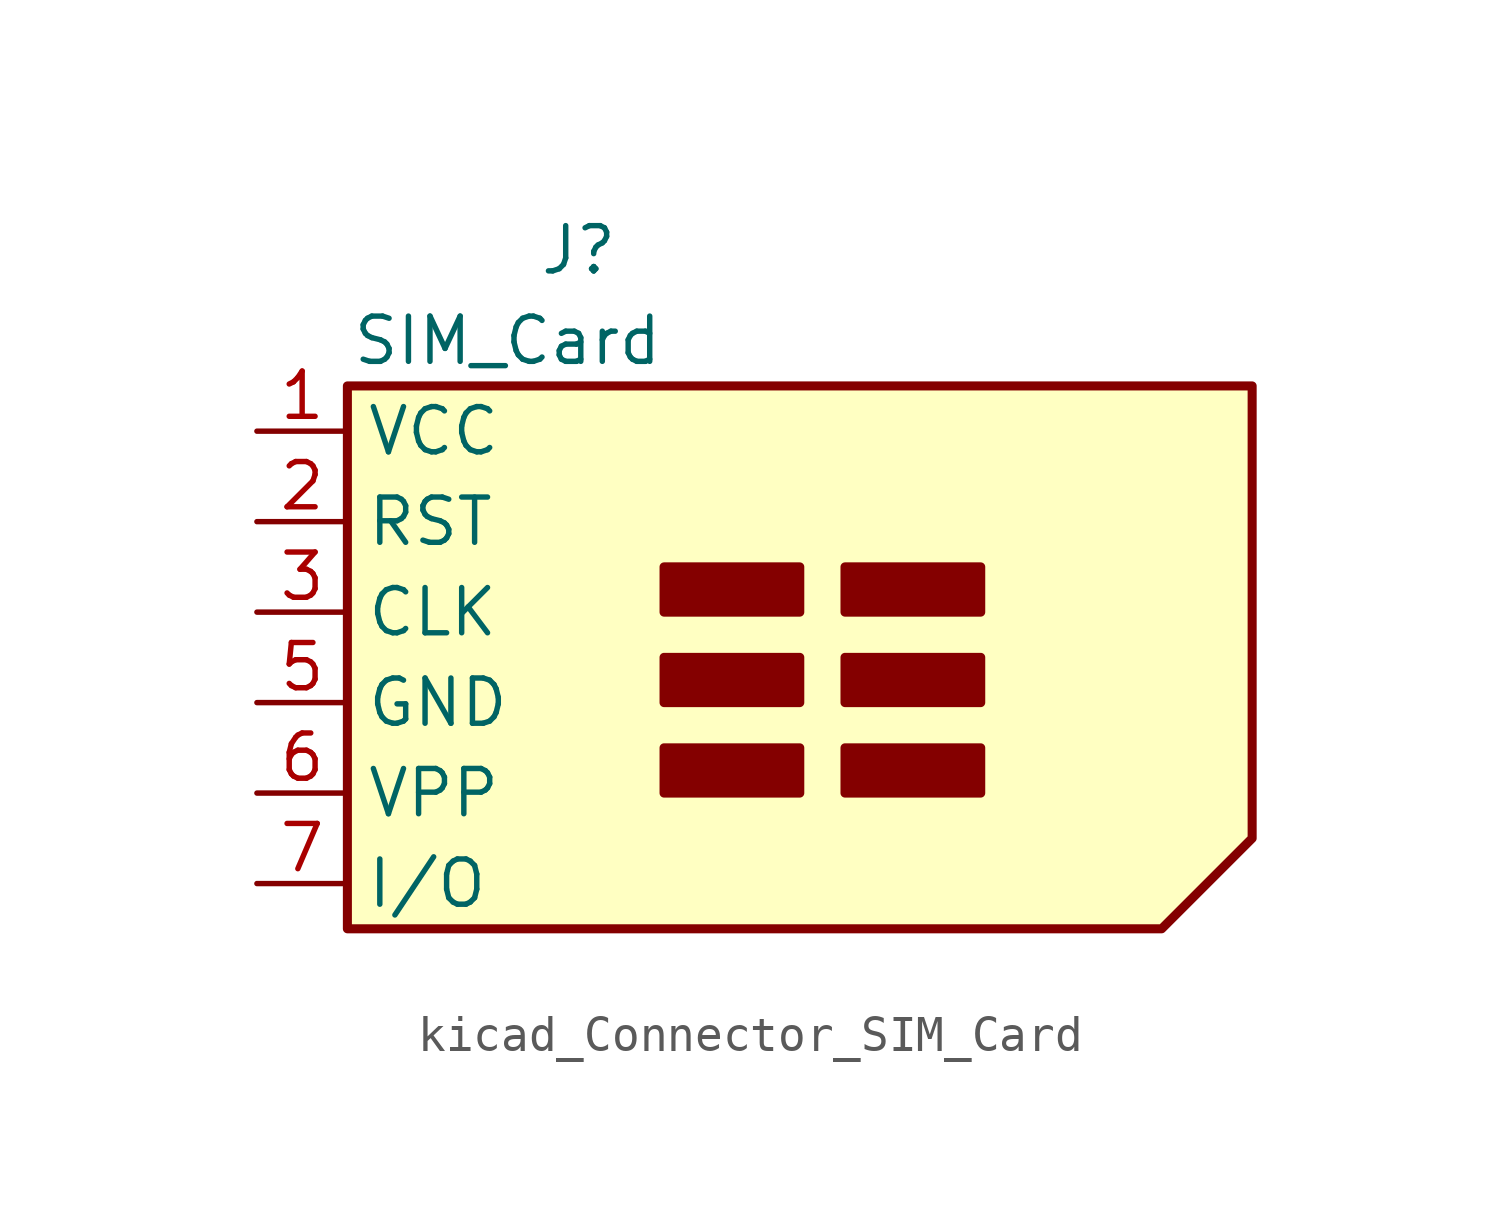
<source format=kicad_sym>
(kicad_symbol_lib
  (version 20220914)
  (generator kicad_symbol_editor)
  (symbol "kicad_Connector_SIM_Card"
    (property "Reference" "J"
      (at -2.54 12.7 0)
      (effects (font (size 1.27 1.27)) (justify right)))
    (property "Value" "SIM_Card"
      (at -1.27 10.16 0)
      (effects (font (size 1.27 1.27)) (justify right)))
    (symbol "kicad_Connector_SIM_Card_0_1"
      (rectangle (start -1.27 -2.54) (end 2.54 -1.27) (stroke (width 0.254) (type default)) (fill (type outline)))
      (rectangle (start -1.27 0) (end 2.54 1.27) (stroke (width 0.254) (type default)) (fill (type outline)))
      (rectangle (start -1.27 2.54) (end 2.54 3.81) (stroke (width 0.254) (type default)) (fill (type outline)))
      (polyline (pts (xy -10.16 8.89) (xy 15.24 8.89) (xy 15.24 -3.81) (xy 12.7 -6.35) (xy -10.16 -6.35) (xy -10.16 8.89)) (stroke (width 0.254) (type default)) (fill (type background)))
      (rectangle (start 3.81 -1.27) (end 7.62 -2.54) (stroke (width 0.254) (type default)) (fill (type outline)))
      (rectangle (start 3.81 0) (end 7.62 1.27) (stroke (width 0.254) (type default)) (fill (type outline)))
      (rectangle (start 3.81 2.54) (end 7.62 3.81) (stroke (width 0.254) (type default)) (fill (type outline))))
    (symbol "kicad_Connector_SIM_Card_1_1"
      (pin power_in line (at -12.7 7.62 0) (length 2.54) (name "VCC" (effects (font (size 1.27 1.27)))) (number "1" (effects (font (size 1.27 1.27)))))
      (pin input line (at -12.7 5.08 0) (length 2.54) (name "RST" (effects (font (size 1.27 1.27)))) (number "2" (effects (font (size 1.27 1.27)))))
      (pin input line (at -12.7 2.54 0) (length 2.54) (name "CLK" (effects (font (size 1.27 1.27)))) (number "3" (effects (font (size 1.27 1.27)))))
      (pin power_in line (at -12.7 0 0) (length 2.54) (name "GND" (effects (font (size 1.27 1.27)))) (number "5" (effects (font (size 1.27 1.27)))))
      (pin input line (at -12.7 -2.54 0) (length 2.54) (name "VPP" (effects (font (size 1.27 1.27)))) (number "6" (effects (font (size 1.27 1.27)))))
      (pin bidirectional line (at -12.7 -5.08 0) (length 2.54) (name "I/O" (effects (font (size 1.27 1.27)))) (number "7" (effects (font (size 1.27 1.27))))))))
</source>
